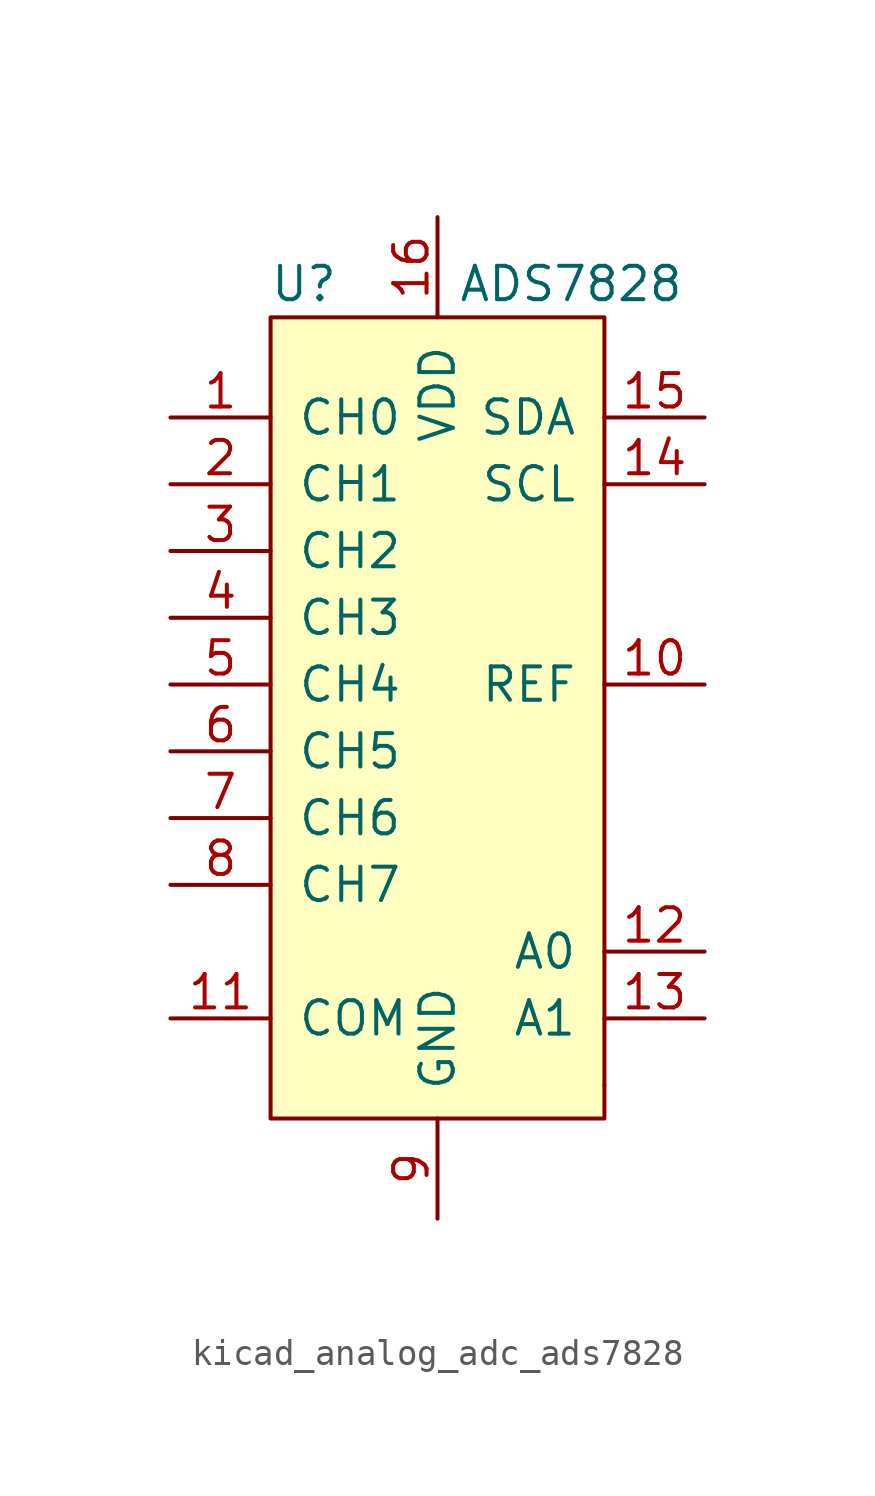
<source format=kicad_sym>
(kicad_symbol_lib
  (version 20220914)
  (generator kicad_symbol_editor)
  (symbol "kicad_analog_adc_ads7828"
    (pin_names
      (offset 1.016))
    (property "Reference" "U"
      (at -5.08 15.24 0)
      (effects (font (size 1.27 1.27))))
    (property "Value" "ADS7828"
      (at 5.08 15.24 0)
      (effects (font (size 1.27 1.27))))
    (symbol "kicad_analog_adc_ads7828_0_1"
      (rectangle (start -6.35 13.97) (end 6.35 -16.51) (stroke (width 0) (type default)) (fill (type background)))
      (rectangle (start 6.35 -15.24) (end 6.35 -15.24) (stroke (width 0) (type default)) (fill (type none))))
    (symbol "kicad_analog_adc_ads7828_1_1"
      (pin input line (at -10.16 10.16 0) (length 3.81) (name "CH0" (effects (font (size 1.27 1.27)))) (number "1" (effects (font (size 1.27 1.27)))))
      (pin bidirectional line (at 10.16 0 180) (length 3.81) (name "REF" (effects (font (size 1.27 1.27)))) (number "10" (effects (font (size 1.27 1.27)))))
      (pin input line (at -10.16 -12.7 0) (length 3.81) (name "COM" (effects (font (size 1.27 1.27)))) (number "11" (effects (font (size 1.27 1.27)))))
      (pin input line (at 10.16 -10.16 180) (length 3.81) (name "A0" (effects (font (size 1.27 1.27)))) (number "12" (effects (font (size 1.27 1.27)))))
      (pin input line (at 10.16 -12.7 180) (length 3.81) (name "A1" (effects (font (size 1.27 1.27)))) (number "13" (effects (font (size 1.27 1.27)))))
      (pin input line (at 10.16 7.62 180) (length 3.81) (name "SCL" (effects (font (size 1.27 1.27)))) (number "14" (effects (font (size 1.27 1.27)))))
      (pin bidirectional line (at 10.16 10.16 180) (length 3.81) (name "SDA" (effects (font (size 1.27 1.27)))) (number "15" (effects (font (size 1.27 1.27)))))
      (pin power_in line (at 0 17.78 270) (length 3.81) (name "VDD" (effects (font (size 1.27 1.27)))) (number "16" (effects (font (size 1.27 1.27)))))
      (pin input line (at -10.16 7.62 0) (length 3.81) (name "CH1" (effects (font (size 1.27 1.27)))) (number "2" (effects (font (size 1.27 1.27)))))
      (pin input line (at -10.16 5.08 0) (length 3.81) (name "CH2" (effects (font (size 1.27 1.27)))) (number "3" (effects (font (size 1.27 1.27)))))
      (pin input line (at -10.16 2.54 0) (length 3.81) (name "CH3" (effects (font (size 1.27 1.27)))) (number "4" (effects (font (size 1.27 1.27)))))
      (pin input line (at -10.16 0 0) (length 3.81) (name "CH4" (effects (font (size 1.27 1.27)))) (number "5" (effects (font (size 1.27 1.27)))))
      (pin input line (at -10.16 -2.54 0) (length 3.81) (name "CH5" (effects (font (size 1.27 1.27)))) (number "6" (effects (font (size 1.27 1.27)))))
      (pin input line (at -10.16 -5.08 0) (length 3.81) (name "CH6" (effects (font (size 1.27 1.27)))) (number "7" (effects (font (size 1.27 1.27)))))
      (pin input line (at -10.16 -7.62 0) (length 3.81) (name "CH7" (effects (font (size 1.27 1.27)))) (number "8" (effects (font (size 1.27 1.27)))))
      (pin power_in line (at 0 -20.32 90) (length 3.81) (name "GND" (effects (font (size 1.27 1.27)))) (number "9" (effects (font (size 1.27 1.27))))))))
</source>
